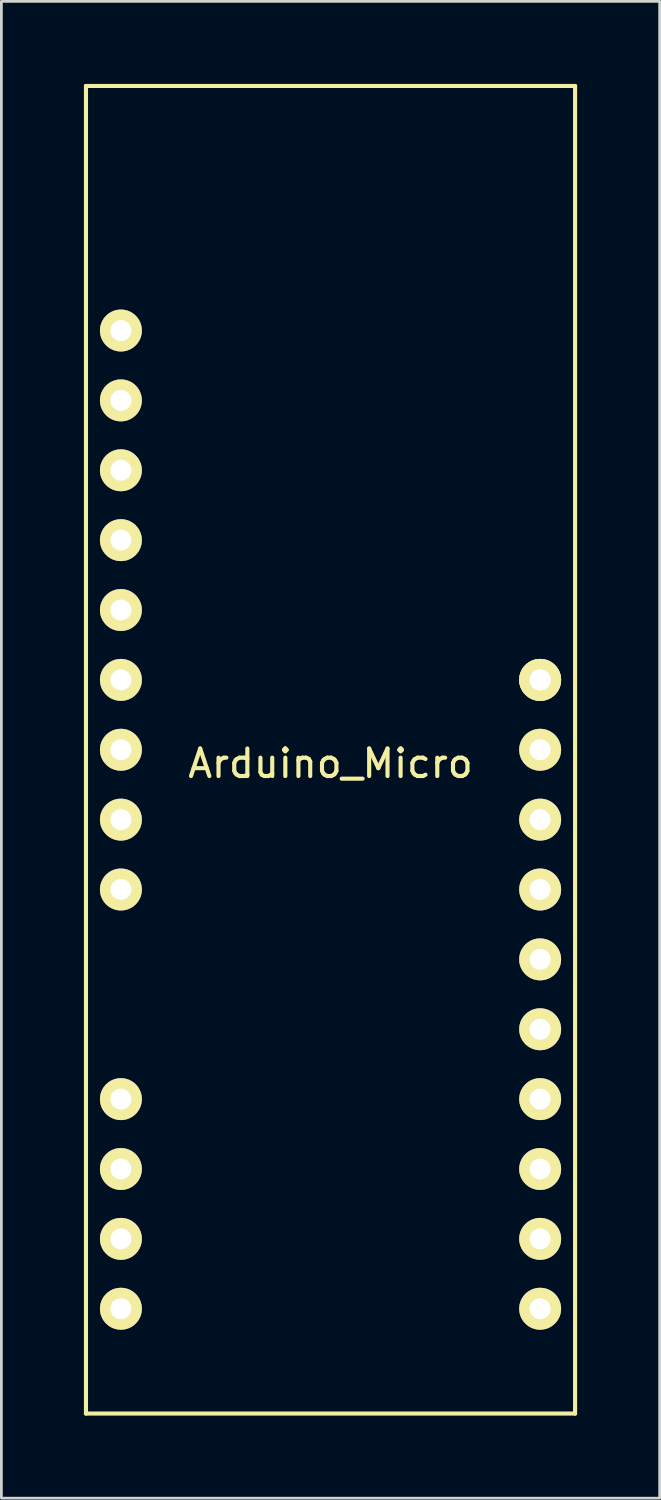
<source format=kicad_pcb>
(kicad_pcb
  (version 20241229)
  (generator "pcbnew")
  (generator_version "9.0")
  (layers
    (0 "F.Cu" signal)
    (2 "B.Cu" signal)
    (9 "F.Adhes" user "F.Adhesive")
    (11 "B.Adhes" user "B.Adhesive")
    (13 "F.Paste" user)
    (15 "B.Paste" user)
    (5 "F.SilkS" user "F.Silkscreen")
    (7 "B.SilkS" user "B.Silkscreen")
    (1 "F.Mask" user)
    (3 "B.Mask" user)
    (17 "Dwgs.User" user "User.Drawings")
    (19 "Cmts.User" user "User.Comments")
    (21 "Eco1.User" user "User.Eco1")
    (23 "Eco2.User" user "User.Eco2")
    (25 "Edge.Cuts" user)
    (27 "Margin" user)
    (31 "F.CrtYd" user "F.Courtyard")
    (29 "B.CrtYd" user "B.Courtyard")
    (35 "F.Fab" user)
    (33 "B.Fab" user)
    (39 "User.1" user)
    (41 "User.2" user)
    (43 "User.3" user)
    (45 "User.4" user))
  (footprint "Arduino_Micro"
    (layer "F.Cu")
    (at 8.965 24.205)
    (property "Reference" "Arduino_Micro" (at 0 0.5 0) (layer "F.SilkS") (effects (font (size 1 1) (thickness 0.15))))
    (attr through_hole)
    (fp_line (start -8.89 -24.13) (end 8.89 -24.13) (stroke (width 0.15) (type solid)) (layer "F.SilkS"))
    (fp_line (start -8.89 24.13) (end -8.89 -24.13) (stroke (width 0.15) (type solid)) (layer "F.SilkS"))
    (fp_line (start 8.89 -24.13) (end 8.89 24.13) (stroke (width 0.15) (type solid)) (layer "F.SilkS"))
    (fp_line (start 8.89 24.13) (end -8.89 24.13) (stroke (width 0.15) (type solid)) (layer "F.SilkS"))
    (pad "3" thru_hole circle (at 7.62 -2.54) (size 1.524 1.524) (drill 0.762) (layers "*.Cu" "*.Mask" "F.SilkS"))
    (pad "3" thru_hole circle (at 7.62 -2.54) (size 1.524 1.524) (drill 0.762) (layers "*.Cu" "*.Mask" "F.SilkS"))
    (pad "3.3V" thru_hole circle (at -7.62 17.78) (size 1.524 1.524) (drill 0.762) (layers "*.Cu" "*.Mask" "F.SilkS"))
    (pad "5" thru_hole circle (at 7.62 2.54) (size 1.524 1.524) (drill 0.762) (layers "*.Cu" "*.Mask" "F.SilkS"))
    (pad "5V" thru_hole circle (at -7.62 -7.62) (size 1.524 1.524) (drill 0.762) (layers "*.Cu" "*.Mask" "F.SilkS"))
    (pad "6" thru_hole circle (at 7.62 5.08) (size 1.524 1.524) (drill 0.762) (layers "*.Cu" "*.Mask" "F.SilkS"))
    (pad "7" thru_hole circle (at 7.62 7.62) (size 1.524 1.524) (drill 0.762) (layers "*.Cu" "*.Mask" "F.SilkS"))
    (pad "8" thru_hole circle (at 7.62 10.16) (size 1.524 1.524) (drill 0.762) (layers "*.Cu" "*.Mask" "F.SilkS"))
    (pad "9" thru_hole circle (at 7.62 12.7) (size 1.524 1.524) (drill 0.762) (layers "*.Cu" "*.Mask" "F.SilkS"))
    (pad "10" thru_hole circle (at 7.62 15.24) (size 1.524 1.524) (drill 0.762) (layers "*.Cu" "*.Mask" "F.SilkS"))
    (pad "11" thru_hole circle (at 7.62 17.78) (size 1.524 1.524) (drill 0.762) (layers "*.Cu" "*.Mask" "F.SilkS"))
    (pad "12" thru_hole circle (at 7.62 20.32) (size 1.524 1.524) (drill 0.762) (layers "*.Cu" "*.Mask" "F.SilkS"))
    (pad "13" thru_hole circle (at -7.62 20.32) (size 1.524 1.524) (drill 0.762) (layers "*.Cu" "*.Mask" "F.SilkS"))
    (pad "A0" thru_hole circle (at -7.62 12.7) (size 1.524 1.524) (drill 0.762) (layers "*.Cu" "*.Mask" "F.SilkS"))
    (pad "A3" thru_hole circle (at -7.62 5.08) (size 1.524 1.524) (drill 0.762) (layers "*.Cu" "*.Mask" "F.SilkS"))
    (pad "A4" thru_hole circle (at -7.62 2.54) (size 1.524 1.524) (drill 0.762) (layers "*.Cu" "*.Mask" "F.SilkS"))
    (pad "A5" thru_hole circle (at -7.62 0) (size 1.524 1.524) (drill 0.762) (layers "*.Cu" "*.Mask" "F.SilkS"))
    (pad "A6" thru_hole circle (at 7.62 0) (size 1.524 1.524) (drill 0.762) (layers "*.Cu" "*.Mask" "F.SilkS"))
    (pad "AREF" thru_hole circle (at -7.62 15.24) (size 1.524 1.524) (drill 0.762) (layers "*.Cu" "*.Mask" "F.SilkS"))
    (pad "GND" thru_hole circle (at -7.62 -12.7) (size 1.524 1.524) (drill 0.762) (layers "*.Cu" "*.Mask" "F.SilkS"))
    (pad "NC" thru_hole circle (at -7.62 -5.08) (size 1.524 1.524) (drill 0.762) (layers "*.Cu" "*.Mask" "F.SilkS"))
    (pad "NC" thru_hole circle (at -7.62 -2.54) (size 1.524 1.524) (drill 0.762) (layers "*.Cu" "*.Mask" "F.SilkS"))
    (pad "RST" thru_hole circle (at -7.62 -10.16) (size 1.524 1.524) (drill 0.762) (layers "*.Cu" "*.Mask" "F.SilkS"))
    (pad "VIN" thru_hole circle (at -7.62 -15.24) (size 1.524 1.524) (drill 0.762) (layers "*.Cu" "*.Mask" "F.SilkS")))
  (gr_rect
    (start -3 -3)
    (end 20.93 51.41)
    (stroke (width 0.1) (type default))
    (fill no)
    (layer "Edge.Cuts")))
</source>
